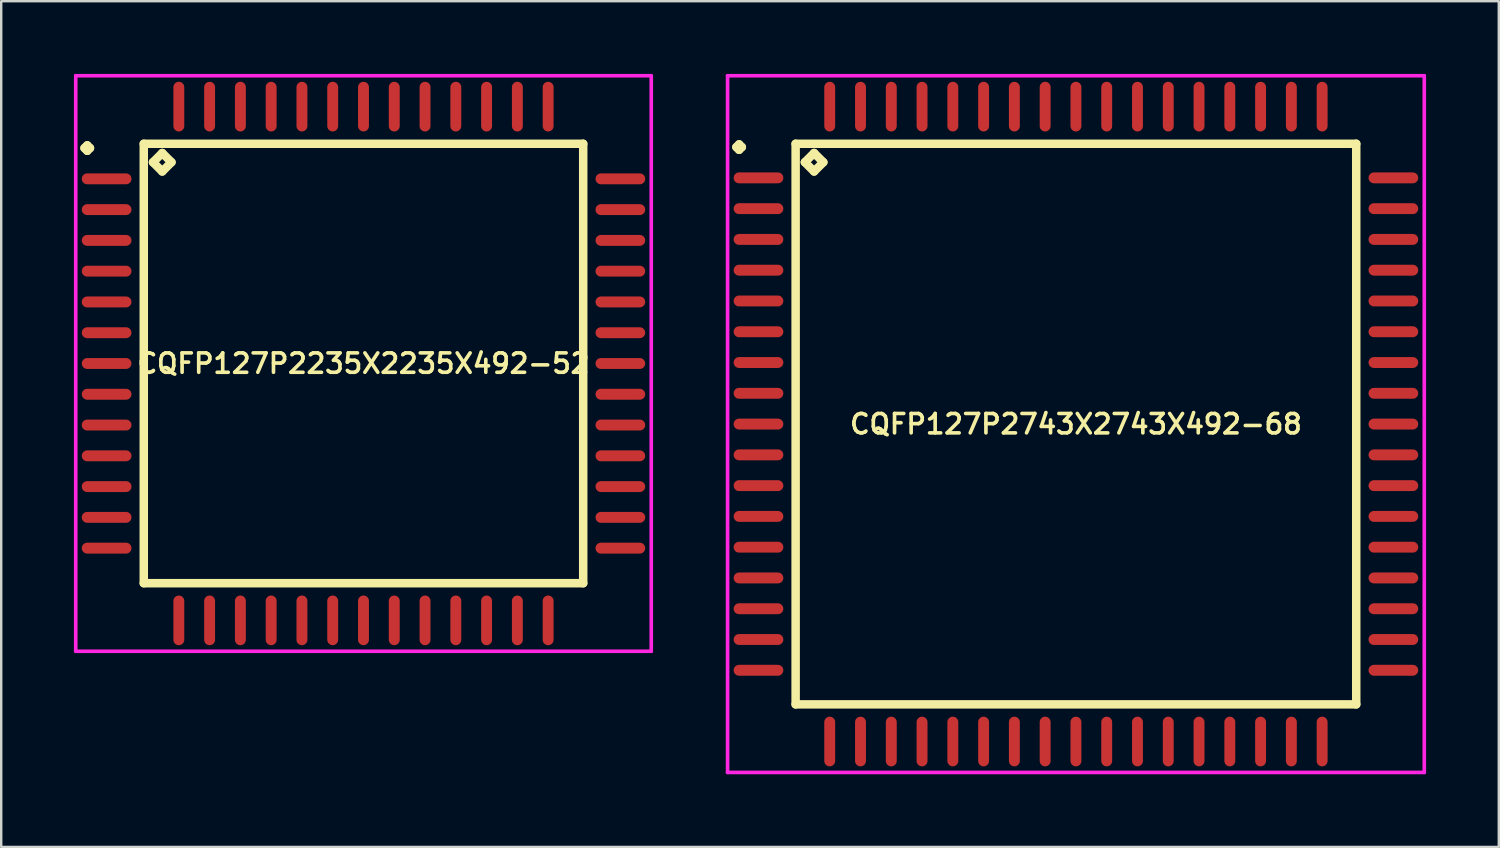
<source format=kicad_pcb>
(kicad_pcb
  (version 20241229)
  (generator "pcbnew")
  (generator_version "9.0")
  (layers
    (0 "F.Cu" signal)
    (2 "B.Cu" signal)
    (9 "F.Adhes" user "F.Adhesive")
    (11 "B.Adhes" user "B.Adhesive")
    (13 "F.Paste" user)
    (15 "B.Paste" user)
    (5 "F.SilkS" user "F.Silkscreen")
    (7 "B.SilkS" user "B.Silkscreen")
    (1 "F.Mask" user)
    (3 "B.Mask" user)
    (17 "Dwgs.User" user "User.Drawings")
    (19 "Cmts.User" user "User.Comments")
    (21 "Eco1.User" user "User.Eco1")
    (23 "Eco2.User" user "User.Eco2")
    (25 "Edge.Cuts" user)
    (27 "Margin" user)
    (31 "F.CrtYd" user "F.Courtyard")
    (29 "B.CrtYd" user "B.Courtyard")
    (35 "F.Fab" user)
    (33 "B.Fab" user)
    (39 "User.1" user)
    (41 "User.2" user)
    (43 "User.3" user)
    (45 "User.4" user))
  (footprint "CQFP127P2743X2743X492-68"
    (layer "F.Cu")
    (at 41.35 14.45)
    (property "Reference" "CQFP127P2743X2743X492-68" (at 0 0 0) (layer "F.SilkS") (effects (font (size 0.8 0.8) (thickness 0.15))))
    (attr smd)
    (fp_line (start -14.012 -11.43) (end -13.9 -11.543) (stroke (width 0.35) (type solid)) (layer "F.SilkS"))
    (fp_line (start -13.9 -11.543) (end -13.787 -11.43) (stroke (width 0.35) (type solid)) (layer "F.SilkS"))
    (fp_line (start -13.9 -11.318) (end -14.012 -11.43) (stroke (width 0.35) (type solid)) (layer "F.SilkS"))
    (fp_line (start -13.787 -11.43) (end -13.9 -11.318) (stroke (width 0.35) (type solid)) (layer "F.SilkS"))
    (fp_line (start -11.567 -11.567) (end -11.567 11.567) (stroke (width 0.35) (type solid)) (layer "F.SilkS"))
    (fp_line (start -11.567 11.567) (end 11.567 11.567) (stroke (width 0.35) (type solid)) (layer "F.SilkS"))
    (fp_line (start -11.186 -10.805) (end -10.805 -11.186) (stroke (width 0.35) (type solid)) (layer "F.SilkS"))
    (fp_line (start -10.805 -11.186) (end -10.424 -10.805) (stroke (width 0.35) (type solid)) (layer "F.SilkS"))
    (fp_line (start -10.805 -10.424) (end -11.186 -10.805) (stroke (width 0.35) (type solid)) (layer "F.SilkS"))
    (fp_line (start -10.424 -10.805) (end -10.805 -10.424) (stroke (width 0.35) (type solid)) (layer "F.SilkS"))
    (fp_line (start 11.567 -11.567) (end -11.567 -11.567) (stroke (width 0.35) (type solid)) (layer "F.SilkS"))
    (fp_line (start 11.567 11.567) (end 11.567 -11.567) (stroke (width 0.35) (type solid)) (layer "F.SilkS"))
    (fp_line (start -14.375 -14.375) (end 14.375 -14.375) (stroke (width 0.15) (type solid)) (layer "F.CrtYd"))
    (fp_line (start -14.375 14.375) (end -14.375 -14.375) (stroke (width 0.15) (type solid)) (layer "F.CrtYd"))
    (fp_line (start 14.375 -14.375) (end 14.375 14.375) (stroke (width 0.15) (type solid)) (layer "F.CrtYd"))
    (fp_line (start 14.375 14.375) (end -14.375 14.375) (stroke (width 0.15) (type solid)) (layer "F.CrtYd"))
    (pad "1" smd oval (at -13.1 -10.16) (size 2.05 0.45) (layers "F.Cu" "F.Mask" "F.Paste"))
    (pad "2" smd oval (at -13.1 -8.89) (size 2.05 0.45) (layers "F.Cu" "F.Mask" "F.Paste"))
    (pad "3" smd oval (at -13.1 -7.62) (size 2.05 0.45) (layers "F.Cu" "F.Mask" "F.Paste"))
    (pad "4" smd oval (at -13.1 -6.35) (size 2.05 0.45) (layers "F.Cu" "F.Mask" "F.Paste"))
    (pad "5" smd oval (at -13.1 -5.08) (size 2.05 0.45) (layers "F.Cu" "F.Mask" "F.Paste"))
    (pad "6" smd oval (at -13.1 -3.81) (size 2.05 0.45) (layers "F.Cu" "F.Mask" "F.Paste"))
    (pad "7" smd oval (at -13.1 -2.54) (size 2.05 0.45) (layers "F.Cu" "F.Mask" "F.Paste"))
    (pad "8" smd oval (at -13.1 -1.27) (size 2.05 0.45) (layers "F.Cu" "F.Mask" "F.Paste"))
    (pad "9" smd oval (at -13.1 0) (size 2.05 0.45) (layers "F.Cu" "F.Mask" "F.Paste"))
    (pad "10" smd oval (at -13.1 1.27) (size 2.05 0.45) (layers "F.Cu" "F.Mask" "F.Paste"))
    (pad "11" smd oval (at -13.1 2.54) (size 2.05 0.45) (layers "F.Cu" "F.Mask" "F.Paste"))
    (pad "12" smd oval (at -13.1 3.81) (size 2.05 0.45) (layers "F.Cu" "F.Mask" "F.Paste"))
    (pad "13" smd oval (at -13.1 5.08) (size 2.05 0.45) (layers "F.Cu" "F.Mask" "F.Paste"))
    (pad "14" smd oval (at -13.1 6.35) (size 2.05 0.45) (layers "F.Cu" "F.Mask" "F.Paste"))
    (pad "15" smd oval (at -13.1 7.62) (size 2.05 0.45) (layers "F.Cu" "F.Mask" "F.Paste"))
    (pad "16" smd oval (at -13.1 8.89) (size 2.05 0.45) (layers "F.Cu" "F.Mask" "F.Paste"))
    (pad "17" smd oval (at -13.1 10.16) (size 2.05 0.45) (layers "F.Cu" "F.Mask" "F.Paste"))
    (pad "18" smd oval (at -10.16 13.1) (size 0.45 2.05) (layers "F.Cu" "F.Mask" "F.Paste"))
    (pad "19" smd oval (at -8.89 13.1) (size 0.45 2.05) (layers "F.Cu" "F.Mask" "F.Paste"))
    (pad "20" smd oval (at -7.62 13.1) (size 0.45 2.05) (layers "F.Cu" "F.Mask" "F.Paste"))
    (pad "21" smd oval (at -6.35 13.1) (size 0.45 2.05) (layers "F.Cu" "F.Mask" "F.Paste"))
    (pad "22" smd oval (at -5.08 13.1) (size 0.45 2.05) (layers "F.Cu" "F.Mask" "F.Paste"))
    (pad "23" smd oval (at -3.81 13.1) (size 0.45 2.05) (layers "F.Cu" "F.Mask" "F.Paste"))
    (pad "24" smd oval (at -2.54 13.1) (size 0.45 2.05) (layers "F.Cu" "F.Mask" "F.Paste"))
    (pad "25" smd oval (at -1.27 13.1) (size 0.45 2.05) (layers "F.Cu" "F.Mask" "F.Paste"))
    (pad "26" smd oval (at 0 13.1) (size 0.45 2.05) (layers "F.Cu" "F.Mask" "F.Paste"))
    (pad "27" smd oval (at 1.27 13.1) (size 0.45 2.05) (layers "F.Cu" "F.Mask" "F.Paste"))
    (pad "28" smd oval (at 2.54 13.1) (size 0.45 2.05) (layers "F.Cu" "F.Mask" "F.Paste"))
    (pad "29" smd oval (at 3.81 13.1) (size 0.45 2.05) (layers "F.Cu" "F.Mask" "F.Paste"))
    (pad "30" smd oval (at 5.08 13.1) (size 0.45 2.05) (layers "F.Cu" "F.Mask" "F.Paste"))
    (pad "31" smd oval (at 6.35 13.1) (size 0.45 2.05) (layers "F.Cu" "F.Mask" "F.Paste"))
    (pad "32" smd oval (at 7.62 13.1) (size 0.45 2.05) (layers "F.Cu" "F.Mask" "F.Paste"))
    (pad "33" smd oval (at 8.89 13.1) (size 0.45 2.05) (layers "F.Cu" "F.Mask" "F.Paste"))
    (pad "34" smd oval (at 10.16 13.1) (size 0.45 2.05) (layers "F.Cu" "F.Mask" "F.Paste"))
    (pad "35" smd oval (at 13.1 10.16) (size 2.05 0.45) (layers "F.Cu" "F.Mask" "F.Paste"))
    (pad "36" smd oval (at 13.1 8.89) (size 2.05 0.45) (layers "F.Cu" "F.Mask" "F.Paste"))
    (pad "37" smd oval (at 13.1 7.62) (size 2.05 0.45) (layers "F.Cu" "F.Mask" "F.Paste"))
    (pad "38" smd oval (at 13.1 6.35) (size 2.05 0.45) (layers "F.Cu" "F.Mask" "F.Paste"))
    (pad "39" smd oval (at 13.1 5.08) (size 2.05 0.45) (layers "F.Cu" "F.Mask" "F.Paste"))
    (pad "40" smd oval (at 13.1 3.81) (size 2.05 0.45) (layers "F.Cu" "F.Mask" "F.Paste"))
    (pad "41" smd oval (at 13.1 2.54) (size 2.05 0.45) (layers "F.Cu" "F.Mask" "F.Paste"))
    (pad "42" smd oval (at 13.1 1.27) (size 2.05 0.45) (layers "F.Cu" "F.Mask" "F.Paste"))
    (pad "43" smd oval (at 13.1 0) (size 2.05 0.45) (layers "F.Cu" "F.Mask" "F.Paste"))
    (pad "44" smd oval (at 13.1 -1.27) (size 2.05 0.45) (layers "F.Cu" "F.Mask" "F.Paste"))
    (pad "45" smd oval (at 13.1 -2.54) (size 2.05 0.45) (layers "F.Cu" "F.Mask" "F.Paste"))
    (pad "46" smd oval (at 13.1 -3.81) (size 2.05 0.45) (layers "F.Cu" "F.Mask" "F.Paste"))
    (pad "47" smd oval (at 13.1 -5.08) (size 2.05 0.45) (layers "F.Cu" "F.Mask" "F.Paste"))
    (pad "48" smd oval (at 13.1 -6.35) (size 2.05 0.45) (layers "F.Cu" "F.Mask" "F.Paste"))
    (pad "49" smd oval (at 13.1 -7.62) (size 2.05 0.45) (layers "F.Cu" "F.Mask" "F.Paste"))
    (pad "50" smd oval (at 13.1 -8.89) (size 2.05 0.45) (layers "F.Cu" "F.Mask" "F.Paste"))
    (pad "51" smd oval (at 13.1 -10.16) (size 2.05 0.45) (layers "F.Cu" "F.Mask" "F.Paste"))
    (pad "52" smd oval (at 10.16 -13.1) (size 0.45 2.05) (layers "F.Cu" "F.Mask" "F.Paste"))
    (pad "53" smd oval (at 8.89 -13.1) (size 0.45 2.05) (layers "F.Cu" "F.Mask" "F.Paste"))
    (pad "54" smd oval (at 7.62 -13.1) (size 0.45 2.05) (layers "F.Cu" "F.Mask" "F.Paste"))
    (pad "55" smd oval (at 6.35 -13.1) (size 0.45 2.05) (layers "F.Cu" "F.Mask" "F.Paste"))
    (pad "56" smd oval (at 5.08 -13.1) (size 0.45 2.05) (layers "F.Cu" "F.Mask" "F.Paste"))
    (pad "57" smd oval (at 3.81 -13.1) (size 0.45 2.05) (layers "F.Cu" "F.Mask" "F.Paste"))
    (pad "58" smd oval (at 2.54 -13.1) (size 0.45 2.05) (layers "F.Cu" "F.Mask" "F.Paste"))
    (pad "59" smd oval (at 1.27 -13.1) (size 0.45 2.05) (layers "F.Cu" "F.Mask" "F.Paste"))
    (pad "60" smd oval (at 0 -13.1) (size 0.45 2.05) (layers "F.Cu" "F.Mask" "F.Paste"))
    (pad "61" smd oval (at -1.27 -13.1) (size 0.45 2.05) (layers "F.Cu" "F.Mask" "F.Paste"))
    (pad "62" smd oval (at -2.54 -13.1) (size 0.45 2.05) (layers "F.Cu" "F.Mask" "F.Paste"))
    (pad "63" smd oval (at -3.81 -13.1) (size 0.45 2.05) (layers "F.Cu" "F.Mask" "F.Paste"))
    (pad "64" smd oval (at -5.08 -13.1) (size 0.45 2.05) (layers "F.Cu" "F.Mask" "F.Paste"))
    (pad "65" smd oval (at -6.35 -13.1) (size 0.45 2.05) (layers "F.Cu" "F.Mask" "F.Paste"))
    (pad "66" smd oval (at -7.62 -13.1) (size 0.45 2.05) (layers "F.Cu" "F.Mask" "F.Paste"))
    (pad "67" smd oval (at -8.89 -13.1) (size 0.45 2.05) (layers "F.Cu" "F.Mask" "F.Paste"))
    (pad "68" smd oval (at -10.16 -13.1) (size 0.45 2.05) (layers "F.Cu" "F.Mask" "F.Paste")))
  (footprint "CQFP127P2235X2235X492-52"
    (layer "F.Cu")
    (at 11.95 11.95)
    (property "Reference" "CQFP127P2235X2235X492-52" (at 0 0 0) (layer "F.SilkS") (effects (font (size 0.8 0.8) (thickness 0.15))))
    (attr smd)
    (fp_line (start -11.512 -8.89) (end -11.4 -9.002) (stroke (width 0.35) (type solid)) (layer "F.SilkS"))
    (fp_line (start -11.4 -9.002) (end -11.287 -8.89) (stroke (width 0.35) (type solid)) (layer "F.SilkS"))
    (fp_line (start -11.4 -8.777) (end -11.512 -8.89) (stroke (width 0.35) (type solid)) (layer "F.SilkS"))
    (fp_line (start -11.287 -8.89) (end -11.4 -8.777) (stroke (width 0.35) (type solid)) (layer "F.SilkS"))
    (fp_line (start -9.067 -9.067) (end -9.067 9.067) (stroke (width 0.35) (type solid)) (layer "F.SilkS"))
    (fp_line (start -9.067 9.067) (end 9.067 9.067) (stroke (width 0.35) (type solid)) (layer "F.SilkS"))
    (fp_line (start -8.686 -8.305) (end -8.305 -8.686) (stroke (width 0.35) (type solid)) (layer "F.SilkS"))
    (fp_line (start -8.305 -8.686) (end -7.924 -8.305) (stroke (width 0.35) (type solid)) (layer "F.SilkS"))
    (fp_line (start -8.305 -7.924) (end -8.686 -8.305) (stroke (width 0.35) (type solid)) (layer "F.SilkS"))
    (fp_line (start -7.924 -8.305) (end -8.305 -7.924) (stroke (width 0.35) (type solid)) (layer "F.SilkS"))
    (fp_line (start 9.067 -9.067) (end -9.067 -9.067) (stroke (width 0.35) (type solid)) (layer "F.SilkS"))
    (fp_line (start 9.067 9.067) (end 9.067 -9.067) (stroke (width 0.35) (type solid)) (layer "F.SilkS"))
    (fp_line (start -11.875 -11.875) (end 11.875 -11.875) (stroke (width 0.15) (type solid)) (layer "F.CrtYd"))
    (fp_line (start -11.875 11.875) (end -11.875 -11.875) (stroke (width 0.15) (type solid)) (layer "F.CrtYd"))
    (fp_line (start 11.875 -11.875) (end 11.875 11.875) (stroke (width 0.15) (type solid)) (layer "F.CrtYd"))
    (fp_line (start 11.875 11.875) (end -11.875 11.875) (stroke (width 0.15) (type solid)) (layer "F.CrtYd"))
    (pad "1" smd oval (at -10.6 -7.62) (size 2.05 0.45) (layers "F.Cu" "F.Mask" "F.Paste"))
    (pad "2" smd oval (at -10.6 -6.35) (size 2.05 0.45) (layers "F.Cu" "F.Mask" "F.Paste"))
    (pad "3" smd oval (at -10.6 -5.08) (size 2.05 0.45) (layers "F.Cu" "F.Mask" "F.Paste"))
    (pad "4" smd oval (at -10.6 -3.81) (size 2.05 0.45) (layers "F.Cu" "F.Mask" "F.Paste"))
    (pad "5" smd oval (at -10.6 -2.54) (size 2.05 0.45) (layers "F.Cu" "F.Mask" "F.Paste"))
    (pad "6" smd oval (at -10.6 -1.27) (size 2.05 0.45) (layers "F.Cu" "F.Mask" "F.Paste"))
    (pad "7" smd oval (at -10.6 0) (size 2.05 0.45) (layers "F.Cu" "F.Mask" "F.Paste"))
    (pad "8" smd oval (at -10.6 1.27) (size 2.05 0.45) (layers "F.Cu" "F.Mask" "F.Paste"))
    (pad "9" smd oval (at -10.6 2.54) (size 2.05 0.45) (layers "F.Cu" "F.Mask" "F.Paste"))
    (pad "10" smd oval (at -10.6 3.81) (size 2.05 0.45) (layers "F.Cu" "F.Mask" "F.Paste"))
    (pad "11" smd oval (at -10.6 5.08) (size 2.05 0.45) (layers "F.Cu" "F.Mask" "F.Paste"))
    (pad "12" smd oval (at -10.6 6.35) (size 2.05 0.45) (layers "F.Cu" "F.Mask" "F.Paste"))
    (pad "13" smd oval (at -10.6 7.62) (size 2.05 0.45) (layers "F.Cu" "F.Mask" "F.Paste"))
    (pad "14" smd oval (at -7.62 10.6) (size 0.45 2.05) (layers "F.Cu" "F.Mask" "F.Paste"))
    (pad "15" smd oval (at -6.35 10.6) (size 0.45 2.05) (layers "F.Cu" "F.Mask" "F.Paste"))
    (pad "16" smd oval (at -5.08 10.6) (size 0.45 2.05) (layers "F.Cu" "F.Mask" "F.Paste"))
    (pad "17" smd oval (at -3.81 10.6) (size 0.45 2.05) (layers "F.Cu" "F.Mask" "F.Paste"))
    (pad "18" smd oval (at -2.54 10.6) (size 0.45 2.05) (layers "F.Cu" "F.Mask" "F.Paste"))
    (pad "19" smd oval (at -1.27 10.6) (size 0.45 2.05) (layers "F.Cu" "F.Mask" "F.Paste"))
    (pad "20" smd oval (at 0 10.6) (size 0.45 2.05) (layers "F.Cu" "F.Mask" "F.Paste"))
    (pad "21" smd oval (at 1.27 10.6) (size 0.45 2.05) (layers "F.Cu" "F.Mask" "F.Paste"))
    (pad "22" smd oval (at 2.54 10.6) (size 0.45 2.05) (layers "F.Cu" "F.Mask" "F.Paste"))
    (pad "23" smd oval (at 3.81 10.6) (size 0.45 2.05) (layers "F.Cu" "F.Mask" "F.Paste"))
    (pad "24" smd oval (at 5.08 10.6) (size 0.45 2.05) (layers "F.Cu" "F.Mask" "F.Paste"))
    (pad "25" smd oval (at 6.35 10.6) (size 0.45 2.05) (layers "F.Cu" "F.Mask" "F.Paste"))
    (pad "26" smd oval (at 7.62 10.6) (size 0.45 2.05) (layers "F.Cu" "F.Mask" "F.Paste"))
    (pad "27" smd oval (at 10.6 7.62) (size 2.05 0.45) (layers "F.Cu" "F.Mask" "F.Paste"))
    (pad "28" smd oval (at 10.6 6.35) (size 2.05 0.45) (layers "F.Cu" "F.Mask" "F.Paste"))
    (pad "29" smd oval (at 10.6 5.08) (size 2.05 0.45) (layers "F.Cu" "F.Mask" "F.Paste"))
    (pad "30" smd oval (at 10.6 3.81) (size 2.05 0.45) (layers "F.Cu" "F.Mask" "F.Paste"))
    (pad "31" smd oval (at 10.6 2.54) (size 2.05 0.45) (layers "F.Cu" "F.Mask" "F.Paste"))
    (pad "32" smd oval (at 10.6 1.27) (size 2.05 0.45) (layers "F.Cu" "F.Mask" "F.Paste"))
    (pad "33" smd oval (at 10.6 0) (size 2.05 0.45) (layers "F.Cu" "F.Mask" "F.Paste"))
    (pad "34" smd oval (at 10.6 -1.27) (size 2.05 0.45) (layers "F.Cu" "F.Mask" "F.Paste"))
    (pad "35" smd oval (at 10.6 -2.54) (size 2.05 0.45) (layers "F.Cu" "F.Mask" "F.Paste"))
    (pad "36" smd oval (at 10.6 -3.81) (size 2.05 0.45) (layers "F.Cu" "F.Mask" "F.Paste"))
    (pad "37" smd oval (at 10.6 -5.08) (size 2.05 0.45) (layers "F.Cu" "F.Mask" "F.Paste"))
    (pad "38" smd oval (at 10.6 -6.35) (size 2.05 0.45) (layers "F.Cu" "F.Mask" "F.Paste"))
    (pad "39" smd oval (at 10.6 -7.62) (size 2.05 0.45) (layers "F.Cu" "F.Mask" "F.Paste"))
    (pad "40" smd oval (at 7.62 -10.6) (size 0.45 2.05) (layers "F.Cu" "F.Mask" "F.Paste"))
    (pad "41" smd oval (at 6.35 -10.6) (size 0.45 2.05) (layers "F.Cu" "F.Mask" "F.Paste"))
    (pad "42" smd oval (at 5.08 -10.6) (size 0.45 2.05) (layers "F.Cu" "F.Mask" "F.Paste"))
    (pad "43" smd oval (at 3.81 -10.6) (size 0.45 2.05) (layers "F.Cu" "F.Mask" "F.Paste"))
    (pad "44" smd oval (at 2.54 -10.6) (size 0.45 2.05) (layers "F.Cu" "F.Mask" "F.Paste"))
    (pad "45" smd oval (at 1.27 -10.6) (size 0.45 2.05) (layers "F.Cu" "F.Mask" "F.Paste"))
    (pad "46" smd oval (at 0 -10.6) (size 0.45 2.05) (layers "F.Cu" "F.Mask" "F.Paste"))
    (pad "47" smd oval (at -1.27 -10.6) (size 0.45 2.05) (layers "F.Cu" "F.Mask" "F.Paste"))
    (pad "48" smd oval (at -2.54 -10.6) (size 0.45 2.05) (layers "F.Cu" "F.Mask" "F.Paste"))
    (pad "49" smd oval (at -3.81 -10.6) (size 0.45 2.05) (layers "F.Cu" "F.Mask" "F.Paste"))
    (pad "50" smd oval (at -5.08 -10.6) (size 0.45 2.05) (layers "F.Cu" "F.Mask" "F.Paste"))
    (pad "51" smd oval (at -6.35 -10.6) (size 0.45 2.05) (layers "F.Cu" "F.Mask" "F.Paste"))
    (pad "52" smd oval (at -7.62 -10.6) (size 0.45 2.05) (layers "F.Cu" "F.Mask" "F.Paste")))
  (gr_rect
    (start -3 -3)
    (end 58.8 31.9)
    (stroke (width 0.1) (type default))
    (fill no)
    (layer "Edge.Cuts")))
</source>
